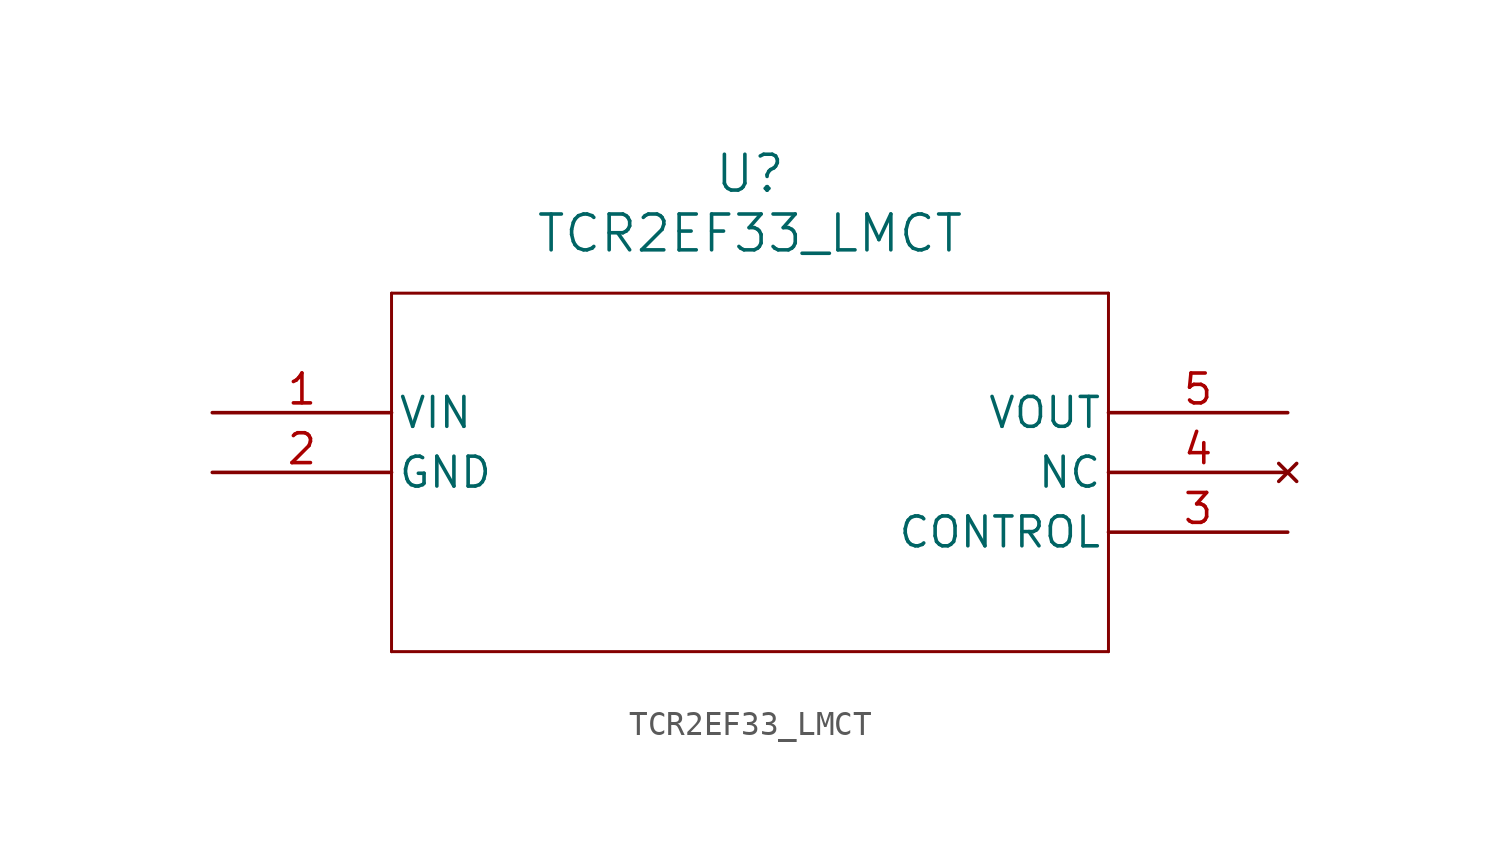
<source format=kicad_sym>
(kicad_symbol_lib
  (version 20241209)
  (generator "kicad_symbol_editor")
  (generator_version "9.0")
  (symbol "TCR2EF33_LMCT"
    (pin_names
      (offset 0.254))
    (property "Reference" "U"
      (at 22.86 10.16 0)
      (effects (font (size 1.524 1.524))))
    (property "Value" "TCR2EF33_LMCT"
      (at 22.86 7.62 0)
      (effects (font (size 1.524 1.524))))
    (property "ki_locked" ""
      (at 0 0 0)
      (effects (font (size 1.27 1.27))))
    (symbol "TCR2EF33_LMCT_0_1"
      (polyline (pts (xy 7.62 5.08) (xy 7.62 -10.16)) (stroke (width 0.127) (type default)) (fill (type none)))
      (polyline (pts (xy 7.62 -10.16) (xy 38.1 -10.16)) (stroke (width 0.127) (type default)) (fill (type none)))
      (polyline (pts (xy 38.1 5.08) (xy 7.62 5.08)) (stroke (width 0.127) (type default)) (fill (type none)))
      (polyline (pts (xy 38.1 -10.16) (xy 38.1 5.08)) (stroke (width 0.127) (type default)) (fill (type none)))
      (pin power_in line (at 0 0 0) (length 7.62) (name "VIN" (effects (font (size 1.27 1.27)))) (number "1" (effects (font (size 1.27 1.27)))))
      (pin power_out line (at 0 -2.54 0) (length 7.62) (name "GND" (effects (font (size 1.27 1.27)))) (number "2" (effects (font (size 1.27 1.27)))))
      (pin power_in line (at 45.72 0 180) (length 7.62) (name "VOUT" (effects (font (size 1.27 1.27)))) (number "5" (effects (font (size 1.27 1.27)))))
      (pin no_connect line (at 45.72 -2.54 180) (length 7.62) (name "NC" (effects (font (size 1.27 1.27)))) (number "4" (effects (font (size 1.27 1.27)))))
      (pin unspecified line (at 45.72 -5.08 180) (length 7.62) (name "CONTROL" (effects (font (size 1.27 1.27)))) (number "3" (effects (font (size 1.27 1.27))))))))
</source>
